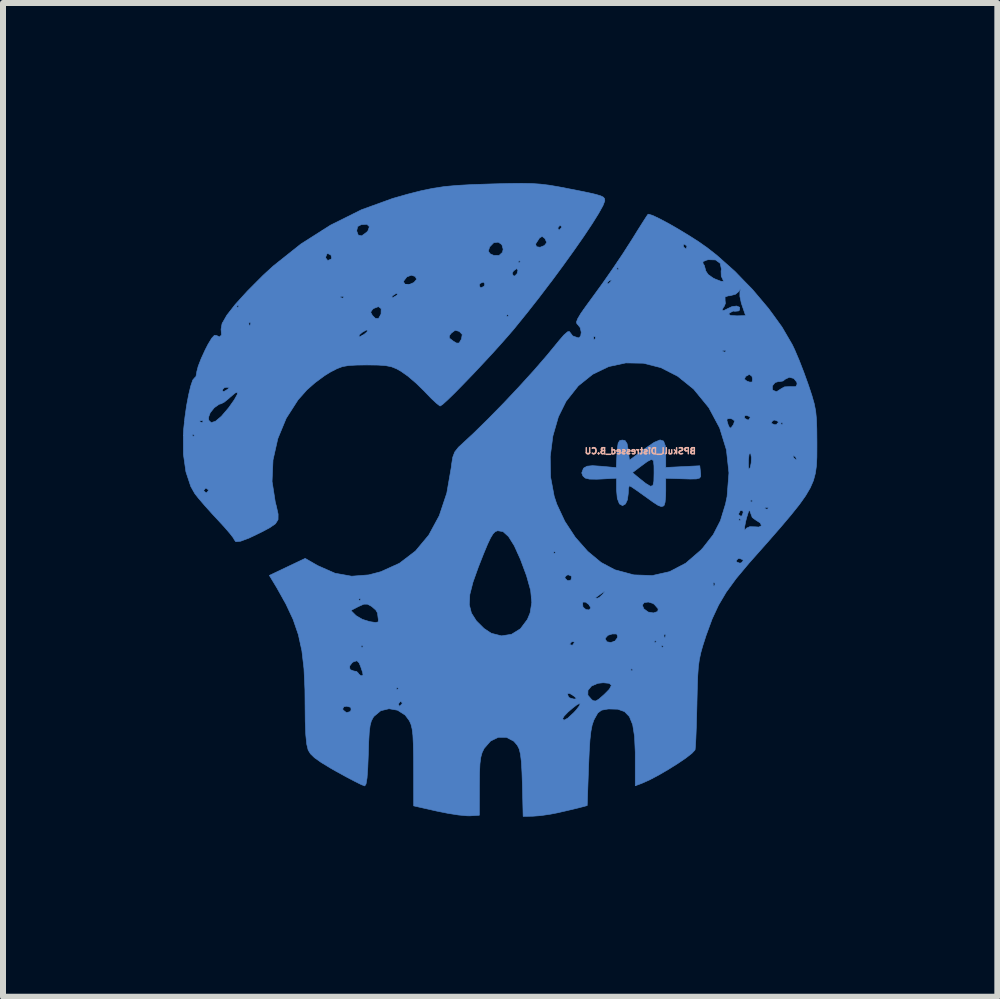
<source format=kicad_pcb>
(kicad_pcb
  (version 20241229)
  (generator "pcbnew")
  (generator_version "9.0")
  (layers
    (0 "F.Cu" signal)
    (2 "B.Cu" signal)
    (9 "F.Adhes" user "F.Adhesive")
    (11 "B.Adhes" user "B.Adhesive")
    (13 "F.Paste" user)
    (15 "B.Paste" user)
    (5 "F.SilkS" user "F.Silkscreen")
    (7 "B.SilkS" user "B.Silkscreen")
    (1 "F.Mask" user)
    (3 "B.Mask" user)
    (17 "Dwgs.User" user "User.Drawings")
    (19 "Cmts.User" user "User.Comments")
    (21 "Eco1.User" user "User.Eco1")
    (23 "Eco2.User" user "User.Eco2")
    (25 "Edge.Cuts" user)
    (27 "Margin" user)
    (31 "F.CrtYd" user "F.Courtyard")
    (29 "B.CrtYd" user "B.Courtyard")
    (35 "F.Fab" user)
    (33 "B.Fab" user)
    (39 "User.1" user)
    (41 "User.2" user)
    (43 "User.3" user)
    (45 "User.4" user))
  (footprint "BPSkull_Distressed_B.CU"
    (layer "F.Cu")
    (at 5.308 5.278)
    (property "Reference" "BPSkull_Distressed_B.CU" (at 2.311 -0.813 0) (layer "B.SilkS") (effects (font (size 0.1 0.1) (thickness 0.025)) (justify mirror)))
    (attr through_hole)
    (fp_poly (pts (xy 2.543 -0.958) (xy 2.4 -0.861) (xy 2.374 -0.842) (xy 2.13 -0.66) (xy 2.11 -0.828) (xy 2.09 -0.937) (xy 2.057 -0.987) (xy 2.012 -0.996) (xy 1.968 -0.987) (xy 1.942 -0.945) (xy 1.928 -0.854) (xy 1.922 -0.766) (xy 1.911 -0.536) (xy 1.662 -0.559) (xy 1.515 -0.569) (xy 1.425 -0.56) (xy 1.373 -0.532) (xy 1.363 -0.522) (xy 1.335 -0.448) (xy 1.355 -0.397) (xy 1.393 -0.362) (xy 1.463 -0.345) (xy 1.584 -0.343) (xy 1.656 -0.346) (xy 1.915 -0.36) (xy 1.915 -0.165) (xy 1.928 -0.023) (xy 1.963 0.068) (xy 2.015 0.097) (xy 2.064 0.069) (xy 2.096 0.000428) (xy 2.11 -0.102) (xy 2.11 -0.106) (xy 2.115 -0.193) (xy 2.128 -0.234) (xy 2.13 -0.234) (xy 2.168 -0.213) (xy 2.252 -0.156) (xy 2.365 -0.075) (xy 2.388 -0.059) (xy 2.521 0.037) (xy 2.606 0.092) (xy 2.659 0.112) (xy 2.693 0.105) (xy 2.709 0.091) (xy 2.724 0.04) (xy 2.733 -0.062) (xy 2.735 -0.147) (xy 2.735 -0.359) (xy 2.98 -0.351) (xy 3.145 -0.346) (xy 3.247 -0.348) (xy 3.3 -0.363) (xy 3.318 -0.393) (xy 3.316 -0.445) (xy 3.315 -0.45) (xy 2.54 -0.45) (xy 2.537 -0.31) (xy 2.521 -0.237) (xy 2.479 -0.226) (xy 2.4 -0.274) (xy 2.291 -0.361) (xy 2.18 -0.453) (xy 2.311 -0.552) (xy 2.429 -0.639) (xy 2.498 -0.674) (xy 2.53 -0.652) (xy 2.539 -0.565) (xy 2.54 -0.45) (xy 3.315 -0.45) (xy 3.314 -0.459) (xy 3.302 -0.567) (xy 2.735 -0.539) (xy 2.735 -0.759) (xy 2.728 -0.9) (xy 2.699 -0.979) (xy 2.64 -0.998) (xy 2.543 -0.958)) (stroke (width 0.01) (type solid)) (fill yes) (layer "B.Cu"))
    (fp_poly (pts (xy 0.127 -5.271) (xy -0.139 -5.264) (xy -0.175 -5.263) (xy -0.485 -5.253) (xy -0.737 -5.239) (xy -0.95 -5.22) (xy -1.146 -5.19) (xy -1.344 -5.149) (xy -1.564 -5.093) (xy -1.817 -5.021) (xy -2.336 -4.833) (xy -2.85 -4.577) (xy -3.345 -4.262) (xy -3.806 -3.895) (xy -3.974 -3.741) (xy -4.235 -3.479) (xy -4.437 -3.257) (xy -4.579 -3.075) (xy -4.658 -2.936) (xy -4.675 -2.84) (xy -4.674 -2.837) (xy -4.667 -2.748) (xy -4.699 -2.714) (xy -4.75 -2.738) (xy -4.785 -2.741) (xy -4.83 -2.693) (xy -4.894 -2.587) (xy -4.94 -2.497) (xy -5.006 -2.353) (xy -5.056 -2.224) (xy -5.079 -2.135) (xy -5.08 -2.124) (xy -5.093 -2.054) (xy -5.116 -2.032) (xy -5.146 -1.996) (xy -5.18 -1.896) (xy -5.215 -1.75) (xy -5.249 -1.571) (xy -5.277 -1.374) (xy -5.298 -1.175) (xy -5.303 -1.094) (xy -5.302 -0.761) (xy -5.26 -0.466) (xy -5.179 -0.222) (xy -5.112 -0.103) (xy -5.049 -0.023) (xy -4.947 0.096) (xy -4.824 0.233) (xy -4.741 0.322) (xy -4.623 0.45) (xy -4.529 0.559) (xy -4.47 0.635) (xy -4.455 0.664) (xy -4.429 0.698) (xy -4.349 0.69) (xy -4.211 0.639) (xy -4.015 0.545) (xy -3.862 0.464) (xy -3.768 0.399) (xy -3.725 0.33) (xy -3.724 0.238) (xy -3.754 0.103) (xy -3.771 0.039) (xy -3.801 -0.156) (xy -4.885 -0.156) (xy -4.914 -0.118) (xy -4.924 -0.117) (xy -4.962 -0.147) (xy -4.963 -0.156) (xy -4.933 -0.194) (xy -4.924 -0.195) (xy -4.886 -0.166) (xy -4.885 -0.156) (xy -3.801 -0.156) (xy -3.825 -0.306) (xy -3.809 -0.664) (xy -3.729 -1.019) (xy -3.706 -1.075) (xy -5.119 -1.075) (xy -5.139 -1.055) (xy -5.158 -1.075) (xy -5.139 -1.094) (xy -5.119 -1.075) (xy -3.706 -1.075) (xy -3.589 -1.358) (xy -3.392 -1.665) (xy -3.279 -1.792) (xy -4.402 -1.792) (xy -4.406 -1.753) (xy -4.454 -1.667) (xy -4.545 -1.538) (xy -4.553 -1.528) (xy -4.67 -1.391) (xy -4.767 -1.309) (xy -4.839 -1.286) (xy -4.87 -1.316) (xy -4.976 -1.316) (xy -4.981 -1.292) (xy -5.002 -1.29) (xy -5.034 -1.304) (xy -5.028 -1.316) (xy -4.982 -1.32) (xy -4.976 -1.316) (xy -4.87 -1.316) (xy -4.879 -1.324) (xy -4.885 -1.371) (xy -4.855 -1.451) (xy -4.787 -1.535) (xy -4.706 -1.592) (xy -4.672 -1.601) (xy -4.622 -1.627) (xy -4.545 -1.689) (xy -4.526 -1.707) (xy -4.441 -1.779) (xy -4.402 -1.792) (xy -3.279 -1.792) (xy -3.245 -1.831) (xy -3.202 -1.869) (xy -4.537 -1.869) (xy -4.565 -1.842) (xy -4.572 -1.837) (xy -4.631 -1.802) (xy -4.649 -1.813) (xy -4.65 -1.837) (xy -4.618 -1.869) (xy -4.582 -1.875) (xy -4.537 -1.869) (xy -3.202 -1.869) (xy -3.106 -1.953) (xy -2.947 -2.07) (xy -2.85 -2.13) (xy -2.745 -2.184) (xy -2.654 -2.219) (xy -2.553 -2.237) (xy -2.419 -2.245) (xy -2.247 -2.247) (xy -2.061 -2.245) (xy -1.932 -2.236) (xy -1.836 -2.217) (xy -1.751 -2.183) (xy -1.676 -2.141) (xy -1.56 -2.059) (xy -1.422 -1.941) (xy -1.29 -1.812) (xy -1.278 -1.799) (xy -1.173 -1.69) (xy -1.085 -1.608) (xy -1.031 -1.566) (xy -1.023 -1.563) (xy -0.981 -1.591) (xy -0.897 -1.667) (xy -0.778 -1.783) (xy -0.634 -1.93) (xy -0.473 -2.097) (xy -0.305 -2.276) (xy -0.137 -2.457) (xy 0.02 -2.632) (xy 0.128 -2.755) (xy -0.656 -2.755) (xy -0.668 -2.685) (xy -0.673 -2.672) (xy -0.708 -2.613) (xy -0.75 -2.611) (xy -0.807 -2.645) (xy -0.87 -2.694) (xy -0.872 -2.734) (xy -0.837 -2.778) (xy -0.774 -2.825) (xy -0.708 -2.807) (xy -0.703 -2.804) (xy -0.656 -2.755) (xy 0.128 -2.755) (xy 0.158 -2.79) (xy 0.192 -2.829) (xy -2.23 -2.829) (xy -2.244 -2.797) (xy -2.289 -2.758) (xy -2.353 -2.722) (xy -2.381 -2.719) (xy -2.367 -2.752) (xy -2.322 -2.791) (xy -2.258 -2.827) (xy -2.23 -2.829) (xy 0.192 -2.829) (xy 0.224 -2.868) (xy 0.275 -2.931) (xy -4.181 -2.931) (xy -4.196 -2.899) (xy -4.207 -2.905) (xy -4.212 -2.951) (xy -4.207 -2.957) (xy -4.184 -2.951) (xy -4.181 -2.931) (xy 0.275 -2.931) (xy 0.386 -3.068) (xy 0.117 -3.068) (xy 0.098 -3.048) (xy 0.078 -3.068) (xy 0.098 -3.087) (xy 0.117 -3.068) (xy 0.386 -3.068) (xy 0.423 -3.113) (xy 0.479 -3.185) (xy -2.007 -3.185) (xy -2.009 -3.098) (xy -2.011 -3.091) (xy -2.051 -3.02) (xy -2.104 -3.024) (xy -2.153 -3.072) (xy -2.182 -3.127) (xy -2.15 -3.174) (xy -2.13 -3.189) (xy -2.052 -3.219) (xy -2.007 -3.185) (xy 0.479 -3.185) (xy 0.51 -3.224) (xy -4.377 -3.224) (xy -4.396 -3.204) (xy -4.416 -3.224) (xy -4.396 -3.243) (xy -4.377 -3.224) (xy 0.51 -3.224) (xy 0.626 -3.372) (xy 0.665 -3.423) (xy -1.731 -3.423) (xy -1.758 -3.4) (xy -1.821 -3.365) (xy -1.829 -3.378) (xy -1.824 -3.387) (xy -2.631 -3.387) (xy -2.637 -3.363) (xy -2.657 -3.361) (xy -2.689 -3.375) (xy -2.683 -3.387) (xy -2.637 -3.391) (xy -2.631 -3.387) (xy -1.824 -3.387) (xy -1.817 -3.4) (xy -1.76 -3.437) (xy -1.746 -3.438) (xy -1.731 -3.423) (xy 0.665 -3.423) (xy 0.797 -3.597) (xy -0.279 -3.597) (xy -0.292 -3.558) (xy -0.341 -3.534) (xy -0.358 -3.54) (xy -0.374 -3.582) (xy -0.356 -3.607) (xy -0.303 -3.629) (xy -0.279 -3.597) (xy 0.797 -3.597) (xy 0.829 -3.638) (xy 0.856 -3.674) (xy -1.416 -3.674) (xy -1.458 -3.625) (xy -1.466 -3.619) (xy -1.542 -3.586) (xy -1.607 -3.591) (xy -1.634 -3.63) (xy -1.631 -3.646) (xy -1.579 -3.714) (xy -1.504 -3.743) (xy -1.439 -3.721) (xy -1.416 -3.674) (xy 0.856 -3.674) (xy 0.968 -3.826) (xy 0.272 -3.826) (xy 0.259 -3.77) (xy 0.22 -3.729) (xy 0.194 -3.733) (xy 0.176 -3.777) (xy 0.199 -3.814) (xy 0.251 -3.853) (xy 0.272 -3.826) (xy 0.968 -3.826) (xy 1.024 -3.902) (xy 1.07 -3.966) (xy 0.313 -3.966) (xy 0.293 -3.947) (xy 0.274 -3.966) (xy 0.293 -3.986) (xy 0.313 -3.966) (xy 1.07 -3.966) (xy 1.114 -4.027) (xy -2.831 -4.027) (xy -2.841 -4.011) (xy -2.897 -3.987) (xy -2.93 -4.029) (xy -2.931 -4.044) (xy -2.911 -4.096) (xy -2.894 -4.103) (xy -2.843 -4.077) (xy -2.831 -4.027) (xy 1.114 -4.027) (xy 1.206 -4.155) (xy 1.22 -4.175) (xy 0.026 -4.175) (xy 0.014 -4.123) (xy -0.041 -4.073) (xy -0.13 -4.072) (xy -0.19 -4.099) (xy -0.222 -4.142) (xy -0.199 -4.213) (xy -0.198 -4.215) (xy -0.131 -4.284) (xy -0.056 -4.293) (xy 0.004 -4.253) (xy 0.026 -4.175) (xy 1.22 -4.175) (xy 1.298 -4.287) (xy 0.752 -4.287) (xy 0.716 -4.24) (xy 0.711 -4.236) (xy 0.641 -4.208) (xy 0.583 -4.217) (xy 0.566 -4.257) (xy 0.573 -4.273) (xy 0.632 -4.364) (xy 0.676 -4.389) (xy 0.719 -4.356) (xy 0.724 -4.349) (xy 0.752 -4.287) (xy 1.298 -4.287) (xy 1.37 -4.39) (xy 1.475 -4.548) (xy 1.003 -4.548) (xy 0.996 -4.533) (xy 0.961 -4.496) (xy 0.955 -4.494) (xy 0.938 -4.524) (xy 0.938 -4.533) (xy 0.952 -4.55) (xy -2.203 -4.55) (xy -2.228 -4.481) (xy -2.249 -4.458) (xy -2.332 -4.398) (xy -2.389 -4.411) (xy -2.415 -4.482) (xy -2.398 -4.554) (xy -2.338 -4.585) (xy -2.243 -4.59) (xy -2.203 -4.55) (xy 0.952 -4.55) (xy 0.968 -4.57) (xy 0.979 -4.572) (xy 1.003 -4.548) (xy 1.475 -4.548) (xy 1.509 -4.599) (xy 1.617 -4.772) (xy 1.689 -4.902) (xy 1.719 -4.98) (xy 1.719 -4.986) (xy 1.716 -5.017) (xy 1.697 -5.042) (xy 1.653 -5.064) (xy 1.571 -5.089) (xy 1.44 -5.119) (xy 1.249 -5.158) (xy 1.129 -5.181) (xy 0.943 -5.217) (xy 0.789 -5.243) (xy 0.648 -5.26) (xy 0.503 -5.27) (xy 0.335 -5.273) (xy 0.127 -5.271)) (stroke (width 0.01) (type solid)) (fill yes) (layer "B.Cu"))
    (fp_poly (pts (xy 2.439 -4.757) (xy 2.413 -4.72) (xy 2.354 -4.628) (xy 2.271 -4.497) (xy 2.172 -4.337) (xy 2.152 -4.306) (xy 2.02 -4.1) (xy 1.86 -3.862) (xy 1.693 -3.622) (xy 1.543 -3.415) (xy 1.41 -3.233) (xy 1.319 -3.104) (xy 1.267 -3.016) (xy 1.247 -2.962) (xy 1.255 -2.932) (xy 1.266 -2.923) (xy 1.309 -2.869) (xy 1.327 -2.792) (xy 1.317 -2.724) (xy 1.28 -2.697) (xy 1.184 -2.731) (xy 1.129 -2.804) (xy 1.1 -2.8) (xy 1.037 -2.745) (xy 0.954 -2.649) (xy 0.938 -2.629) (xy 0.759 -2.411) (xy 0.539 -2.157) (xy 0.291 -1.884) (xy 0.032 -1.609) (xy -0.223 -1.349) (xy -0.457 -1.119) (xy -0.612 -0.975) (xy -0.719 -0.876) (xy -0.781 -0.797) (xy -0.814 -0.71) (xy -0.834 -0.586) (xy -0.838 -0.545) (xy -0.913 -0.113) (xy -1.039 0.265) (xy -1.214 0.588) (xy -1.435 0.853) (xy -1.702 1.057) (xy -2.013 1.198) (xy -2.214 1.251) (xy -2.499 1.273) (xy -2.777 1.223) (xy -3.058 1.099) (xy -3.07 1.093) (xy -3.273 0.976) (xy -3.572 1.118) (xy -3.87 1.26) (xy -3.749 1.46) (xy -3.594 1.737) (xy -3.474 1.993) (xy -3.387 2.246) (xy -3.328 2.514) (xy -3.293 2.814) (xy -3.277 3.164) (xy -3.275 3.4) (xy -3.272 3.694) (xy -3.263 3.917) (xy -3.247 4.072) (xy -3.224 4.166) (xy -3.224 4.168) (xy -3.185 4.232) (xy -3.117 4.298) (xy -3.007 4.376) (xy -2.844 4.475) (xy -2.749 4.529) (xy -2.583 4.62) (xy -2.44 4.695) (xy -2.335 4.747) (xy -2.281 4.767) (xy -2.28 4.767) (xy -2.259 4.735) (xy -2.242 4.635) (xy -2.23 4.464) (xy -2.221 4.243) (xy -2.214 4.024) (xy -2.205 3.869) (xy -2.191 3.761) (xy -2.171 3.686) (xy -2.141 3.629) (xy -2.126 3.608) (xy -2.013 3.514) (xy -1.979 3.506) (xy -2.508 3.506) (xy -2.528 3.531) (xy -2.586 3.546) (xy -2.639 3.504) (xy -2.648 3.485) (xy -2.629 3.448) (xy -2.582 3.439) (xy -2.512 3.458) (xy -2.508 3.506) (xy -1.979 3.506) (xy -1.876 3.481) (xy -1.734 3.506) (xy -1.607 3.587) (xy -1.537 3.681) (xy -1.51 3.742) (xy -1.491 3.819) (xy -1.478 3.925) (xy -1.471 4.074) (xy -1.467 4.279) (xy -1.466 4.455) (xy -1.465 5.1) (xy -1.075 5.188) (xy -0.89 5.225) (xy -0.717 5.252) (xy -0.579 5.265) (xy -0.528 5.266) (xy -0.371 5.256) (xy -0.37 4.766) (xy -0.368 4.552) (xy -0.361 4.4) (xy -0.347 4.292) (xy -0.325 4.212) (xy -0.291 4.143) (xy -0.29 4.141) (xy -0.183 4.019) (xy -0.054 3.957) (xy 0.082 3.958) (xy 0.204 4.023) (xy 0.263 4.092) (xy 0.293 4.152) (xy 0.314 4.237) (xy 0.329 4.36) (xy 0.339 4.535) (xy 0.346 4.736) (xy 0.359 5.275) (xy 0.522 5.272) (xy 0.653 5.262) (xy 0.815 5.238) (xy 0.918 5.218) (xy 1.072 5.183) (xy 1.216 5.149) (xy 1.29 5.131) (xy 1.426 5.095) (xy 1.449 4.449) (xy 1.46 4.193) (xy 1.472 4.001) (xy 1.488 3.86) (xy 1.508 3.756) (xy 1.535 3.676) (xy 1.547 3.651) (xy 1.603 3.552) (xy 1.666 3.505) (xy 1.766 3.487) (xy 1.786 3.485) (xy 1.935 3.489) (xy 2.048 3.529) (xy 2.129 3.612) (xy 2.184 3.747) (xy 2.215 3.942) (xy 2.227 4.204) (xy 2.227 4.294) (xy 2.227 4.765) (xy 2.335 4.725) (xy 2.461 4.669) (xy 2.613 4.589) (xy 2.775 4.495) (xy 2.933 4.396) (xy 3.07 4.303) (xy 3.171 4.224) (xy 3.221 4.17) (xy 3.224 4.163) (xy 3.23 4.1) (xy 3.237 3.972) (xy 3.244 3.795) (xy 3.25 3.582) (xy 3.255 3.393) (xy 1.309 3.393) (xy 1.297 3.431) (xy 1.243 3.502) (xy 1.204 3.544) (xy 1.103 3.638) (xy 1.038 3.673) (xy 1.016 3.647) (xy 1.016 3.647) (xy 1.042 3.604) (xy 1.105 3.538) (xy 1.185 3.469) (xy 1.258 3.413) (xy 1.304 3.391) (xy 1.309 3.393) (xy 3.255 3.393) (xy 3.255 3.385) (xy -1.655 3.385) (xy -1.661 3.4) (xy -1.696 3.437) (xy -1.702 3.439) (xy -1.719 3.409) (xy -1.719 3.4) (xy -1.689 3.362) (xy -1.678 3.361) (xy -1.655 3.385) (xy 3.255 3.385) (xy 3.255 3.38) (xy 3.261 3.127) (xy 3.262 3.092) (xy 1.829 3.092) (xy 1.796 3.156) (xy 1.71 3.243) (xy 1.622 3.32) (xy 1.57 3.352) (xy 1.532 3.349) (xy 1.502 3.331) (xy 1.479 3.304) (xy 1.244 3.304) (xy 1.23 3.319) (xy 1.204 3.32) (xy 1.132 3.3) (xy 1.112 3.28) (xy 1.097 3.23) (xy 1.134 3.226) (xy 1.195 3.262) (xy 1.244 3.304) (xy 1.479 3.304) (xy 1.437 3.255) (xy 1.439 3.174) (xy 1.463 3.146) (xy -1.719 3.146) (xy -1.739 3.165) (xy -1.758 3.146) (xy -1.739 3.126) (xy -1.719 3.146) (xy 1.463 3.146) (xy 1.497 3.104) (xy 1.602 3.058) (xy 1.693 3.048) (xy 1.795 3.058) (xy 1.829 3.092) (xy 3.262 3.092) (xy 3.268 2.934) (xy 3.269 2.919) (xy -2.309 2.919) (xy -2.327 2.93) (xy -2.345 2.931) (xy -2.383 2.901) (xy -2.384 2.892) (xy -2.416 2.86) (xy -2.462 2.853) (xy -2.525 2.829) (xy -2.535 2.773) (xy -2.489 2.713) (xy -2.465 2.698) (xy -2.41 2.682) (xy -2.374 2.718) (xy -2.348 2.781) (xy -2.316 2.876) (xy -2.309 2.919) (xy 3.269 2.919) (xy 3.275 2.833) (xy 2.188 2.833) (xy 2.169 2.853) (xy 2.149 2.833) (xy 2.169 2.814) (xy 2.188 2.833) (xy 3.275 2.833) (xy 3.278 2.785) (xy 3.295 2.661) (xy 3.32 2.545) (xy 3.349 2.442) (xy 2.696 2.442) (xy 2.677 2.462) (xy 2.657 2.442) (xy -2.306 2.442) (xy -2.325 2.462) (xy -2.345 2.442) (xy -2.325 2.423) (xy -2.306 2.442) (xy 2.657 2.442) (xy 2.677 2.423) (xy 2.696 2.442) (xy 3.349 2.442) (xy 3.356 2.419) (xy 3.374 2.364) (xy 2.579 2.364) (xy 2.56 2.384) (xy 2.557 2.381) (xy 1.211 2.381) (xy 1.183 2.421) (xy 1.172 2.423) (xy 1.134 2.409) (xy 1.133 2.406) (xy 1.161 2.372) (xy 1.172 2.364) (xy 1.208 2.367) (xy 1.211 2.381) (xy 2.557 2.381) (xy 2.54 2.364) (xy 2.56 2.345) (xy 2.579 2.364) (xy 3.374 2.364) (xy 3.405 2.267) (xy 3.405 2.266) (xy 2.735 2.266) (xy 2.721 2.299) (xy 2.709 2.293) (xy 2.707 2.271) (xy 1.933 2.271) (xy 1.927 2.302) (xy 1.886 2.356) (xy 1.819 2.377) (xy 1.756 2.366) (xy 1.727 2.322) (xy 1.728 2.307) (xy 1.771 2.258) (xy 1.844 2.235) (xy 1.917 2.235) (xy 1.933 2.271) (xy 2.707 2.271) (xy 2.705 2.246) (xy 2.709 2.24) (xy 2.733 2.246) (xy 2.735 2.266) (xy 3.405 2.266) (xy 3.412 2.247) (xy 3.508 1.985) (xy 3.586 1.817) (xy 2.609 1.817) (xy 2.601 1.861) (xy 2.53 1.885) (xy 2.442 1.87) (xy 2.37 1.816) (xy 2.364 1.802) (xy 1.485 1.802) (xy 1.459 1.835) (xy 1.405 1.829) (xy 1.359 1.79) (xy 1.355 1.782) (xy 1.349 1.719) (xy 1.354 1.71) (xy 0.503 1.71) (xy 0.475 1.884) (xy 0.43 1.993) (xy 0.313 2.149) (xy 0.165 2.241) (xy -0.002 2.267) (xy -0.172 2.224) (xy -0.294 2.143) (xy -0.422 2.015) (xy -0.433 1.997) (xy -2.053 1.997) (xy -2.057 2.035) (xy -2.102 2.044) (xy -2.197 2.03) (xy -2.319 1.992) (xy -2.419 1.934) (xy -2.432 1.923) (xy -2.511 1.844) (xy -2.386 1.779) (xy -2.296 1.739) (xy -2.234 1.739) (xy -2.166 1.776) (xy -2.096 1.837) (xy -2.068 1.886) (xy -2.058 1.967) (xy -2.053 1.997) (xy -0.433 1.997) (xy -0.503 1.887) (xy -0.539 1.746) (xy -0.534 1.661) (xy -2.345 1.661) (xy -2.364 1.68) (xy -2.384 1.661) (xy -2.364 1.641) (xy -2.345 1.661) (xy -0.534 1.661) (xy -0.53 1.579) (xy -0.477 1.372) (xy -0.39 1.128) (xy -0.302 0.904) (xy -0.235 0.743) (xy -0.184 0.635) (xy -0.143 0.568) (xy -0.107 0.531) (xy -0.069 0.516) (xy -0.064 0.515) (xy 0.024 0.53) (xy 0.116 0.613) (xy 0.211 0.765) (xy 0.313 0.99) (xy 0.416 1.267) (xy 0.484 1.51) (xy 0.503 1.71) (xy 1.354 1.71) (xy 1.357 1.704) (xy 1.4 1.705) (xy 1.454 1.745) (xy 1.484 1.796) (xy 1.485 1.802) (xy 2.364 1.802) (xy 2.345 1.755) (xy 2.375 1.713) (xy 2.445 1.703) (xy 2.523 1.727) (xy 2.546 1.744) (xy 2.609 1.817) (xy 3.586 1.817) (xy 3.615 1.755) (xy 3.744 1.537) (xy 3.753 1.525) (xy 1.714 1.525) (xy 1.711 1.539) (xy 1.685 1.573) (xy 1.626 1.628) (xy 1.591 1.641) (xy 1.563 1.634) (xy 1.566 1.63) (xy 1.607 1.601) (xy 1.661 1.562) (xy 1.714 1.525) (xy 3.753 1.525) (xy 3.839 1.407) (xy 3.556 1.407) (xy 3.542 1.439) (xy 3.53 1.433) (xy 3.525 1.386) (xy 3.53 1.381) (xy 3.553 1.386) (xy 3.556 1.407) (xy 3.839 1.407) (xy 3.909 1.311) (xy 3.94 1.274) (xy 1.168 1.274) (xy 1.158 1.328) (xy 1.147 1.341) (xy 1.099 1.348) (xy 1.059 1.309) (xy 1.055 1.287) (xy 1.087 1.255) (xy 1.114 1.25) (xy 1.168 1.274) (xy 3.94 1.274) (xy 4.12 1.059) (xy 4.158 1.016) (xy 4.025 1.016) (xy 3.993 1.051) (xy 3.966 1.055) (xy 3.914 1.034) (xy 3.908 1.016) (xy 3.939 0.981) (xy 3.966 0.977) (xy 4.018 0.998) (xy 4.025 1.016) (xy 4.158 1.016) (xy 4.425 0.715) (xy 4.644 0.464) (xy 4.672 0.431) (xy 4.33 0.431) (xy 4.287 0.454) (xy 4.226 0.45) (xy 4.135 0.448) (xy 4.082 0.471) (xy 4.082 0.471) (xy 4.051 0.505) (xy 4.046 0.469) (xy 4.066 0.365) (xy 4.074 0.332) (xy 3.986 0.332) (xy 3.966 0.352) (xy 3.947 0.332) (xy 3.966 0.313) (xy 3.986 0.332) (xy 4.074 0.332) (xy 4.084 0.293) (xy 4.109 0.213) (xy 4.025 0.213) (xy 4.005 0.266) (xy 3.986 0.274) (xy 3.948 0.245) (xy 3.947 0.237) (xy 3.975 0.184) (xy 3.986 0.176) (xy 4.019 0.185) (xy 4.025 0.213) (xy 4.109 0.213) (xy 4.115 0.194) (xy 4.134 0.167) (xy 4.14 0.196) (xy 4.176 0.294) (xy 4.228 0.333) (xy 4.31 0.386) (xy 4.33 0.431) (xy 4.672 0.431) (xy 4.821 0.255) (xy 4.921 0.13) (xy 4.442 0.13) (xy 4.436 0.153) (xy 4.416 0.156) (xy 4.384 0.142) (xy 4.39 0.13) (xy 4.436 0.126) (xy 4.442 0.13) (xy 4.921 0.13) (xy 4.96 0.081) (xy 5.004 0.02) (xy 4.181 0.02) (xy 4.162 0.039) (xy 4.142 0.02) (xy 4.162 0) (xy 4.181 0.02) (xy 5.004 0.02) (xy 5.066 -0.068) (xy 5.143 -0.199) (xy 5.196 -0.321) (xy 5.228 -0.441) (xy 5.229 -0.448) (xy 3.788 -0.448) (xy 3.757 -0.054) (xy 3.731 0.07) (xy 3.646 0.348) (xy 3.526 0.581) (xy 3.354 0.801) (xy 3.319 0.839) (xy 3.068 1.056) (xy 2.799 1.197) (xy 2.511 1.262) (xy 2.204 1.251) (xy 1.887 1.166) (xy 1.658 1.044) (xy 1.459 0.879) (xy 0.899 0.879) (xy 0.879 0.899) (xy 0.86 0.879) (xy 0.879 0.86) (xy 0.899 0.879) (xy 1.459 0.879) (xy 1.435 0.859) (xy 1.229 0.626) (xy 1.053 0.358) (xy 0.919 0.071) (xy 0.876 -0.059) (xy 0.816 -0.379) (xy 0.81 -0.721) (xy 0.854 -1.063) (xy 0.946 -1.382) (xy 1.074 -1.641) (xy 1.278 -1.899) (xy 1.519 -2.092) (xy 1.785 -2.22) (xy 2.069 -2.281) (xy 2.362 -2.276) (xy 2.654 -2.202) (xy 2.935 -2.058) (xy 3.198 -1.846) (xy 3.205 -1.838) (xy 3.452 -1.536) (xy 3.633 -1.198) (xy 3.746 -0.832) (xy 3.788 -0.448) (xy 5.229 -0.448) (xy 5.246 -0.569) (xy 5.251 -0.667) (xy 4.914 -0.667) (xy 4.909 -0.664) (xy 4.873 -0.692) (xy 4.866 -0.702) (xy 4.163 -0.702) (xy 4.159 -0.615) (xy 4.143 -0.539) (xy 4.12 -0.508) (xy 4.114 -0.543) (xy 4.112 -0.629) (xy 4.113 -0.664) (xy 4.123 -0.758) (xy 4.143 -0.775) (xy 4.152 -0.763) (xy 4.163 -0.702) (xy 4.866 -0.702) (xy 4.865 -0.703) (xy 4.855 -0.74) (xy 4.86 -0.742) (xy 4.896 -0.715) (xy 4.904 -0.703) (xy 4.914 -0.667) (xy 5.251 -0.667) (xy 5.253 -0.711) (xy 5.254 -0.877) (xy 5.254 -0.957) (xy 5.252 -1.18) (xy 5.249 -1.27) (xy 4.689 -1.27) (xy 4.67 -1.25) (xy 4.65 -1.27) (xy 4.67 -1.29) (xy 4.611 -1.29) (xy 4.579 -1.255) (xy 4.552 -1.25) (xy 4.5 -1.272) (xy 4.494 -1.29) (xy 4.517 -1.315) (xy 3.882 -1.315) (xy 3.865 -1.259) (xy 3.857 -1.246) (xy 3.819 -1.194) (xy 3.794 -1.21) (xy 3.775 -1.25) (xy 3.754 -1.321) (xy 3.759 -1.349) (xy 3.808 -1.355) (xy 3.842 -1.346) (xy 3.882 -1.315) (xy 4.517 -1.315) (xy 4.525 -1.324) (xy 4.552 -1.329) (xy 4.604 -1.308) (xy 4.611 -1.29) (xy 4.67 -1.29) (xy 4.689 -1.27) (xy 5.249 -1.27) (xy 5.246 -1.347) (xy 5.244 -1.368) (xy 4.142 -1.368) (xy 4.114 -1.33) (xy 4.105 -1.329) (xy 4.052 -1.357) (xy 4.044 -1.368) (xy 4.053 -1.401) (xy 4.081 -1.407) (xy 4.135 -1.386) (xy 4.142 -1.368) (xy 5.244 -1.368) (xy 5.233 -1.48) (xy 5.209 -1.602) (xy 5.171 -1.735) (xy 5.116 -1.902) (xy 5.109 -1.921) (xy 5.107 -1.928) (xy 4.924 -1.928) (xy 4.903 -1.886) (xy 4.829 -1.885) (xy 4.819 -1.887) (xy 4.714 -1.882) (xy 4.66 -1.852) (xy 4.581 -1.801) (xy 4.522 -1.825) (xy 4.512 -1.838) (xy 4.512 -1.899) (xy 4.557 -1.954) (xy 4.618 -1.972) (xy 4.627 -1.969) (xy 4.69 -1.98) (xy 4.726 -2.01) (xy 4.727 -2.01) (xy 4.181 -2.01) (xy 4.174 -1.963) (xy 4.135 -1.961) (xy 4.086 -1.978) (xy 4.045 -2.011) (xy 4.067 -2.056) (xy 4.128 -2.09) (xy 4.172 -2.057) (xy 4.181 -2.01) (xy 4.727 -2.01) (xy 4.794 -2.042) (xy 4.869 -2.022) (xy 4.918 -1.961) (xy 4.924 -1.928) (xy 5.107 -1.928) (xy 5.037 -2.122) (xy 4.958 -2.326) (xy 4.889 -2.488) (xy 3.738 -2.488) (xy 3.733 -2.465) (xy 3.712 -2.462) (xy 3.68 -2.476) (xy 3.686 -2.488) (xy 3.733 -2.493) (xy 3.738 -2.488) (xy 4.889 -2.488) (xy 4.883 -2.502) (xy 4.843 -2.586) (xy 4.779 -2.696) (xy 1.563 -2.696) (xy 1.549 -2.664) (xy 1.537 -2.67) (xy 1.532 -2.717) (xy 1.537 -2.722) (xy 1.56 -2.717) (xy 1.563 -2.696) (xy 4.779 -2.696) (xy 4.672 -2.879) (xy 4.533 -3.072) (xy 4.064 -3.072) (xy 4.029 -3.068) (xy 3.943 -3.066) (xy 3.91 -3.066) (xy 3.814 -3.072) (xy 3.785 -3.092) (xy 3.796 -3.113) (xy 3.859 -3.145) (xy 3.887 -3.141) (xy 3.949 -3.147) (xy 3.965 -3.163) (xy 3.967 -3.208) (xy 3.917 -3.229) (xy 3.84 -3.22) (xy 3.771 -3.188) (xy 3.703 -3.154) (xy 3.673 -3.161) (xy 3.673 -3.162) (xy 3.701 -3.216) (xy 3.709 -3.222) (xy 3.729 -3.272) (xy 3.724 -3.322) (xy 3.723 -3.38) (xy 3.777 -3.399) (xy 3.804 -3.4) (xy 3.897 -3.425) (xy 3.948 -3.468) (xy 3.98 -3.515) (xy 3.979 -3.495) (xy 3.971 -3.469) (xy 3.97 -3.391) (xy 3.994 -3.279) (xy 4.007 -3.239) (xy 4.041 -3.14) (xy 4.062 -3.08) (xy 4.064 -3.072) (xy 4.533 -3.072) (xy 4.446 -3.19) (xy 4.18 -3.505) (xy 4.046 -3.642) (xy 3.699 -3.642) (xy 3.658 -3.64) (xy 3.601 -3.662) (xy 1.83 -3.662) (xy 1.821 -3.64) (xy 1.781 -3.598) (xy 1.759 -3.607) (xy 1.758 -3.612) (xy 1.786 -3.645) (xy 1.804 -3.657) (xy 1.83 -3.662) (xy 3.601 -3.662) (xy 3.56 -3.678) (xy 3.523 -3.696) (xy 3.44 -3.755) (xy 3.4 -3.817) (xy 3.4 -3.825) (xy 3.393 -3.849) (xy 1.954 -3.849) (xy 1.934 -3.83) (xy 1.915 -3.849) (xy 1.934 -3.869) (xy 1.954 -3.849) (xy 3.393 -3.849) (xy 3.377 -3.907) (xy 3.358 -3.934) (xy 3.353 -3.968) (xy 3.419 -3.995) (xy 3.446 -4.001) (xy 3.565 -3.997) (xy 3.642 -3.94) (xy 3.663 -3.843) (xy 3.657 -3.812) (xy 3.66 -3.725) (xy 3.68 -3.685) (xy 3.699 -3.642) (xy 4.046 -3.642) (xy 3.888 -3.806) (xy 3.584 -4.076) (xy 3.418 -4.206) (xy 3.397 -4.22) (xy 3.087 -4.22) (xy 3.074 -4.182) (xy 3.07 -4.181) (xy 3.036 -4.209) (xy 3.028 -4.22) (xy 3.032 -4.256) (xy 3.046 -4.259) (xy 3.085 -4.231) (xy 3.087 -4.22) (xy 3.397 -4.22) (xy 3.279 -4.303) (xy 3.117 -4.406) (xy 2.947 -4.509) (xy 2.782 -4.604) (xy 2.635 -4.682) (xy 2.52 -4.737) (xy 2.451 -4.759) (xy 2.439 -4.757)) (stroke (width 0.01) (type solid)) (fill yes) (layer "B.Cu")))
  (gr_rect
    (start -3 -3)
    (end 13.568 13.558)
    (stroke (width 0.1) (type default))
    (fill no)
    (layer "Edge.Cuts")))
</source>
